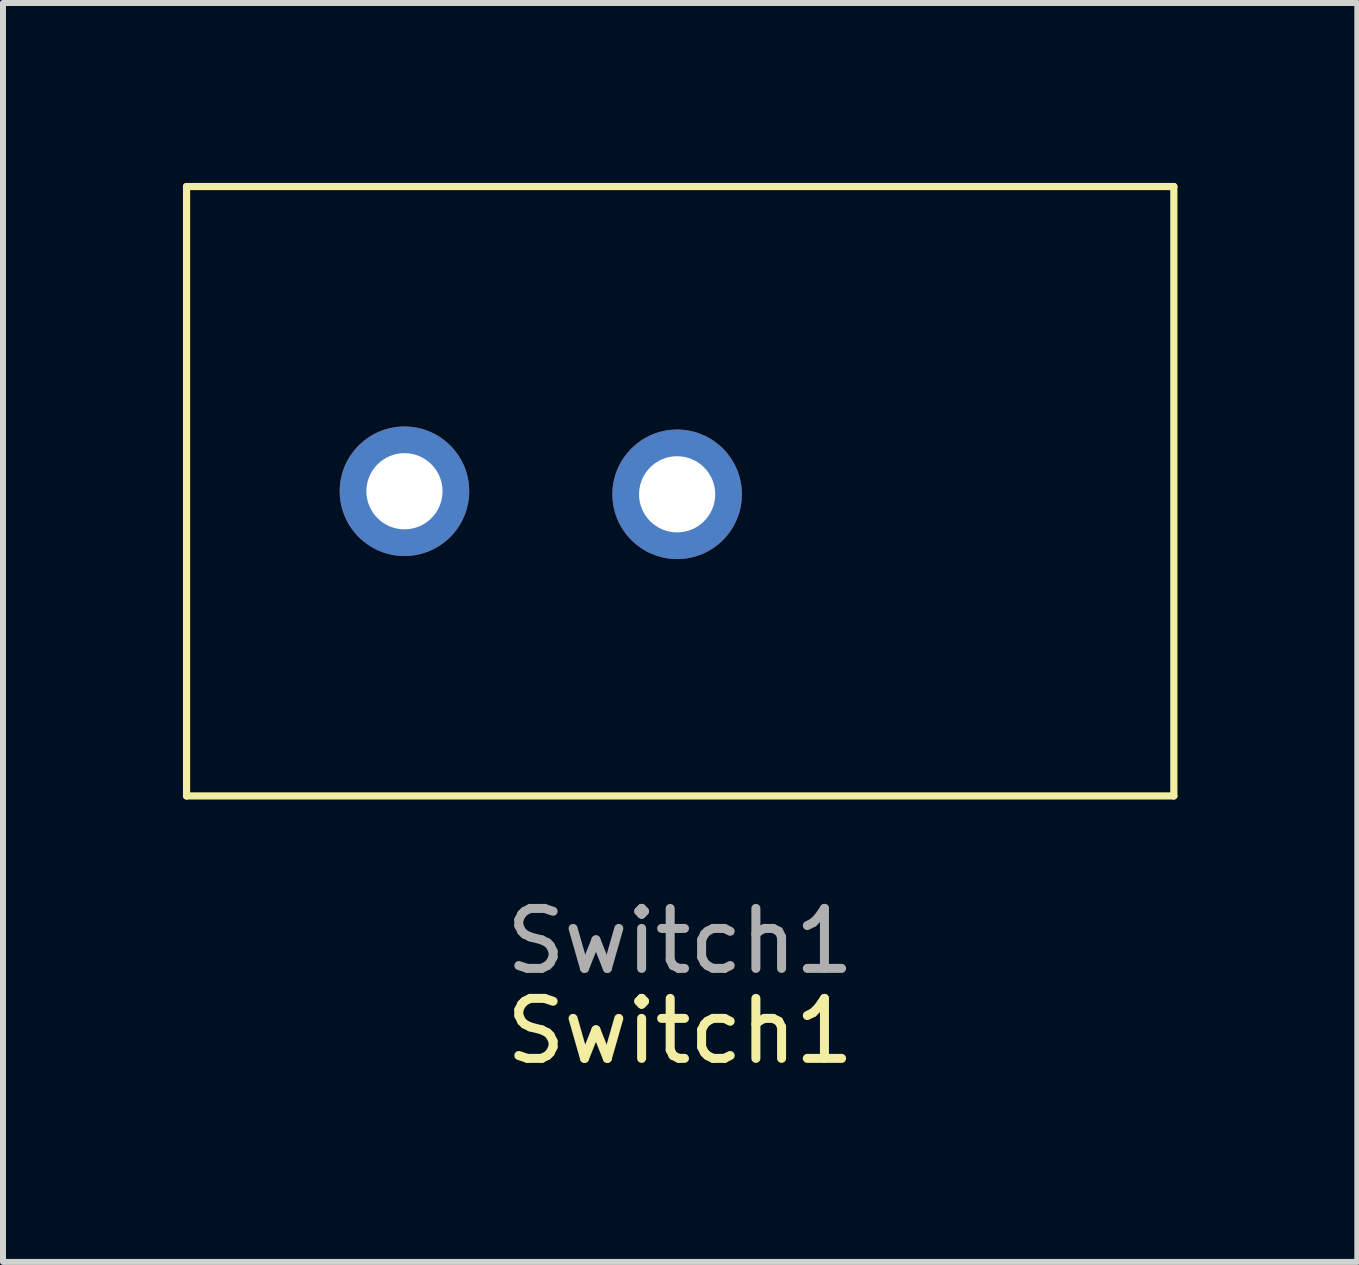
<source format=kicad_pcb>
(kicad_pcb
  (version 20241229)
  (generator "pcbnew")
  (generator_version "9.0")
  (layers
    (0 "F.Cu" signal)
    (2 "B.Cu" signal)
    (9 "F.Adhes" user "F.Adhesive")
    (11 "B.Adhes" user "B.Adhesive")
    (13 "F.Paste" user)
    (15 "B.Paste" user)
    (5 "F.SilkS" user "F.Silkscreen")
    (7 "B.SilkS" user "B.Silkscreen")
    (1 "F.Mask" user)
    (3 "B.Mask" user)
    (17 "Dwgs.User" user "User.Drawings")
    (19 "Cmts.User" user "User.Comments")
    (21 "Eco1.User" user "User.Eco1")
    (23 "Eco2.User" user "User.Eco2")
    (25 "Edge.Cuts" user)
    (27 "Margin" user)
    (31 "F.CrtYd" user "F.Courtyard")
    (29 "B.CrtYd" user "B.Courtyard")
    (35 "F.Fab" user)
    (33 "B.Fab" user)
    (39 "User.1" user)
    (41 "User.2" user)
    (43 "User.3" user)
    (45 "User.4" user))
  (footprint "Switch1"
    (layer "F.Cu")
    (at 8.29 5.14)
    (property "Reference" "Switch1" (at 0 9 0) (unlocked yes) (layer "F.SilkS") (effects (font (size 1 1) (thickness 0.15))))
    (fp_line (start -8.23 -5.08) (end 8.23 -5.08) (stroke (width 0.12) (type solid)) (layer "F.SilkS"))
    (fp_line (start -8.23 5.08) (end -8.23 -5.08) (stroke (width 0.12) (type solid)) (layer "F.SilkS"))
    (fp_line (start 8.23 -5.08) (end 8.23 5.08) (stroke (width 0.12) (type solid)) (layer "F.SilkS"))
    (fp_line (start 8.23 5.08) (end -8.23 5.08) (stroke (width 0.12) (type solid)) (layer "F.SilkS"))
    (fp_text user "${REFERENCE}" (at 0 7.5 0) (unlocked yes) (layer "F.Fab") (effects (font (size 1 1) (thickness 0.15))))
    (pad "1" thru_hole circle (at -0.051 0.051) (size 2.159 2.159) (drill 1.27) (layers "*.Cu" "*.Mask"))
    (pad "2" thru_hole circle (at -4.597 0) (size 2.159 2.159) (drill 1.27) (layers "*.Cu" "*.Mask")))
  (gr_rect
    (start -3 -3)
    (end 19.579 17.988)
    (stroke (width 0.1) (type default))
    (fill no)
    (layer "Edge.Cuts")))
</source>
